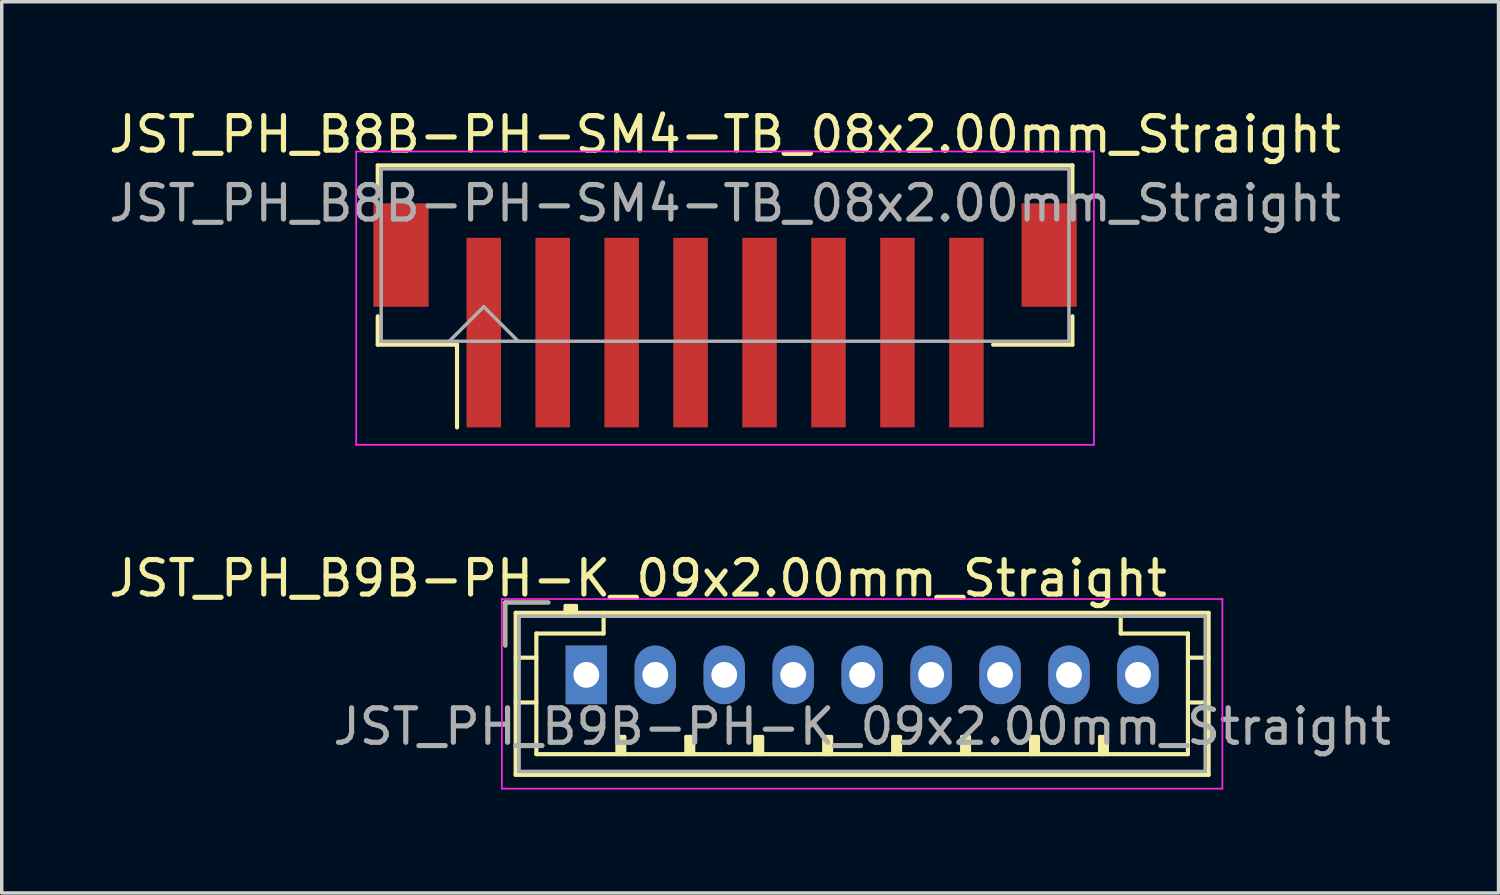
<source format=kicad_pcb>
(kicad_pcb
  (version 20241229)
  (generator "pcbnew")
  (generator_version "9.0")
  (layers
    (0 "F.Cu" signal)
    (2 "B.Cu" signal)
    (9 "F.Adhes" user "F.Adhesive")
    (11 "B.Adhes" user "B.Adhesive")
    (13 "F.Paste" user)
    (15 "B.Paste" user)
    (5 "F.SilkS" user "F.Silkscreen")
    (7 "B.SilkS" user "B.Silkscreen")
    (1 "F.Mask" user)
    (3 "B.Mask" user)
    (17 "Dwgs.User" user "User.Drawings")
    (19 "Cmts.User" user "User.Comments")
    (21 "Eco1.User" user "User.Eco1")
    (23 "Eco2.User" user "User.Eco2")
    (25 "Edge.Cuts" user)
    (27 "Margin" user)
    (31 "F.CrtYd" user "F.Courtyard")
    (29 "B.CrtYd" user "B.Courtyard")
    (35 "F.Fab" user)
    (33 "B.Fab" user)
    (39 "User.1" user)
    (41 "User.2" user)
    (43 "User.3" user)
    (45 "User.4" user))
  (footprint "JST_PH_B8B-PH-SM4-TB_08x2.00mm_Straight"
    (layer "F.Cu")
    (at 17.982 5.473)
    (property "Reference" "JST_PH_B8B-PH-SM4-TB_08x2.00mm_Straight" (at 0 -4.625 0) (layer "F.SilkS") (effects (font (size 1 1) (thickness 0.15))))
    (attr smd)
    (fp_line (start -10.075 -3.725) (end 10.075 -3.725) (stroke (width 0.12) (type solid)) (layer "F.SilkS"))
    (fp_line (start -10.075 -2.9) (end -10.075 -3.725) (stroke (width 0.12) (type solid)) (layer "F.SilkS"))
    (fp_line (start -10.075 0.65) (end -10.075 1.475) (stroke (width 0.12) (type solid)) (layer "F.SilkS"))
    (fp_line (start -10.075 1.475) (end -7.775 1.475) (stroke (width 0.12) (type solid)) (layer "F.SilkS"))
    (fp_line (start -7.775 1.475) (end -7.775 3.875) (stroke (width 0.12) (type solid)) (layer "F.SilkS"))
    (fp_line (start 10.075 -3.725) (end 10.075 -2.9) (stroke (width 0.12) (type solid)) (layer "F.SilkS"))
    (fp_line (start 10.075 0.65) (end 10.075 1.475) (stroke (width 0.12) (type solid)) (layer "F.SilkS"))
    (fp_line (start 10.075 1.475) (end 7.775 1.475) (stroke (width 0.12) (type solid)) (layer "F.SilkS"))
    (fp_line (start -10.7 -4.13) (end -10.7 4.38) (stroke (width 0.05) (type solid)) (layer "F.CrtYd"))
    (fp_line (start -10.7 4.38) (end 10.7 4.38) (stroke (width 0.05) (type solid)) (layer "F.CrtYd"))
    (fp_line (start 10.7 -4.13) (end -10.7 -4.13) (stroke (width 0.05) (type solid)) (layer "F.CrtYd"))
    (fp_line (start 10.7 4.38) (end 10.7 -4.13) (stroke (width 0.05) (type solid)) (layer "F.CrtYd"))
    (fp_line (start -9.975 -3.625) (end -9.975 1.375) (stroke (width 0.1) (type solid)) (layer "F.Fab"))
    (fp_line (start -9.975 1.375) (end 9.975 1.375) (stroke (width 0.1) (type solid)) (layer "F.Fab"))
    (fp_line (start -8 1.375) (end -7 0.375) (stroke (width 0.1) (type solid)) (layer "F.Fab"))
    (fp_line (start -7 0.375) (end -6 1.375) (stroke (width 0.1) (type solid)) (layer "F.Fab"))
    (fp_line (start 9.975 -3.625) (end -9.975 -3.625) (stroke (width 0.1) (type solid)) (layer "F.Fab"))
    (fp_line (start 9.975 1.375) (end 9.975 -3.625) (stroke (width 0.1) (type solid)) (layer "F.Fab"))
    (fp_text user "${REFERENCE}" (at 0 -2.625 0) (layer "F.Fab") (effects (font (size 1 1) (thickness 0.15))))
    (pad "" smd rect (at -9.4 -1.125) (size 1.6 3) (layers "F.Cu" "F.Mask" "F.Paste"))
    (pad "" smd rect (at 9.4 -1.125) (size 1.6 3) (layers "F.Cu" "F.Mask" "F.Paste"))
    (pad "1" smd rect (at -7 1.125) (size 1 5.5) (layers "F.Cu" "F.Mask" "F.Paste"))
    (pad "2" smd rect (at -5 1.125) (size 1 5.5) (layers "F.Cu" "F.Mask" "F.Paste"))
    (pad "3" smd rect (at -3 1.125) (size 1 5.5) (layers "F.Cu" "F.Mask" "F.Paste"))
    (pad "4" smd rect (at -1 1.125) (size 1 5.5) (layers "F.Cu" "F.Mask" "F.Paste"))
    (pad "5" smd rect (at 1 1.125) (size 1 5.5) (layers "F.Cu" "F.Mask" "F.Paste"))
    (pad "6" smd rect (at 3 1.125) (size 1 5.5) (layers "F.Cu" "F.Mask" "F.Paste"))
    (pad "7" smd rect (at 5 1.125) (size 1 5.5) (layers "F.Cu" "F.Mask" "F.Paste"))
    (pad "8" smd rect (at 7 1.125) (size 1 5.5) (layers "F.Cu" "F.Mask" "F.Paste")))
  (footprint "JST_PH_B9B-PH-K_09x2.00mm_Straight"
    (layer "F.Cu")
    (at 13.958 16.526)
    (property "Reference" "JST_PH_B9B-PH-K_09x2.00mm_Straight" (at 1.5 -2.8 0) (layer "F.SilkS") (effects (font (size 1 1) (thickness 0.15))))
    (attr through_hole)
    (fp_line (start -2.35 -2.1) (end -2.35 -0.85) (stroke (width 0.12) (type solid)) (layer "F.SilkS"))
    (fp_line (start -2.05 -1.8) (end -2.05 2.9) (stroke (width 0.12) (type solid)) (layer "F.SilkS"))
    (fp_line (start -2.05 -0.5) (end -1.45 -0.5) (stroke (width 0.12) (type solid)) (layer "F.SilkS"))
    (fp_line (start -2.05 0.8) (end -1.45 0.8) (stroke (width 0.12) (type solid)) (layer "F.SilkS"))
    (fp_line (start -2.05 2.9) (end 18.05 2.9) (stroke (width 0.12) (type solid)) (layer "F.SilkS"))
    (fp_line (start -1.45 -1.2) (end -1.45 2.3) (stroke (width 0.12) (type solid)) (layer "F.SilkS"))
    (fp_line (start -1.45 2.3) (end 17.45 2.3) (stroke (width 0.12) (type solid)) (layer "F.SilkS"))
    (fp_line (start -1.1 -2.1) (end -2.35 -2.1) (stroke (width 0.12) (type solid)) (layer "F.SilkS"))
    (fp_line (start -0.6 -2) (end -0.6 -1.8) (stroke (width 0.12) (type solid)) (layer "F.SilkS"))
    (fp_line (start -0.3 -2) (end -0.6 -2) (stroke (width 0.12) (type solid)) (layer "F.SilkS"))
    (fp_line (start -0.3 -1.9) (end -0.6 -1.9) (stroke (width 0.12) (type solid)) (layer "F.SilkS"))
    (fp_line (start -0.3 -1.8) (end -0.3 -2) (stroke (width 0.12) (type solid)) (layer "F.SilkS"))
    (fp_line (start 0.5 -1.8) (end 0.5 -1.2) (stroke (width 0.12) (type solid)) (layer "F.SilkS"))
    (fp_line (start 0.5 -1.2) (end -1.45 -1.2) (stroke (width 0.12) (type solid)) (layer "F.SilkS"))
    (fp_line (start 0.9 1.8) (end 1.1 1.8) (stroke (width 0.12) (type solid)) (layer "F.SilkS"))
    (fp_line (start 0.9 2.3) (end 0.9 1.8) (stroke (width 0.12) (type solid)) (layer "F.SilkS"))
    (fp_line (start 1 2.3) (end 1 1.8) (stroke (width 0.12) (type solid)) (layer "F.SilkS"))
    (fp_line (start 1.1 1.8) (end 1.1 2.3) (stroke (width 0.12) (type solid)) (layer "F.SilkS"))
    (fp_line (start 2.9 1.8) (end 3.1 1.8) (stroke (width 0.12) (type solid)) (layer "F.SilkS"))
    (fp_line (start 2.9 2.3) (end 2.9 1.8) (stroke (width 0.12) (type solid)) (layer "F.SilkS"))
    (fp_line (start 3 2.3) (end 3 1.8) (stroke (width 0.12) (type solid)) (layer "F.SilkS"))
    (fp_line (start 3.1 1.8) (end 3.1 2.3) (stroke (width 0.12) (type solid)) (layer "F.SilkS"))
    (fp_line (start 4.9 1.8) (end 5.1 1.8) (stroke (width 0.12) (type solid)) (layer "F.SilkS"))
    (fp_line (start 4.9 2.3) (end 4.9 1.8) (stroke (width 0.12) (type solid)) (layer "F.SilkS"))
    (fp_line (start 5 2.3) (end 5 1.8) (stroke (width 0.12) (type solid)) (layer "F.SilkS"))
    (fp_line (start 5.1 1.8) (end 5.1 2.3) (stroke (width 0.12) (type solid)) (layer "F.SilkS"))
    (fp_line (start 6.9 1.8) (end 7.1 1.8) (stroke (width 0.12) (type solid)) (layer "F.SilkS"))
    (fp_line (start 6.9 2.3) (end 6.9 1.8) (stroke (width 0.12) (type solid)) (layer "F.SilkS"))
    (fp_line (start 7 2.3) (end 7 1.8) (stroke (width 0.12) (type solid)) (layer "F.SilkS"))
    (fp_line (start 7.1 1.8) (end 7.1 2.3) (stroke (width 0.12) (type solid)) (layer "F.SilkS"))
    (fp_line (start 8.9 1.8) (end 9.1 1.8) (stroke (width 0.12) (type solid)) (layer "F.SilkS"))
    (fp_line (start 8.9 2.3) (end 8.9 1.8) (stroke (width 0.12) (type solid)) (layer "F.SilkS"))
    (fp_line (start 9 2.3) (end 9 1.8) (stroke (width 0.12) (type solid)) (layer "F.SilkS"))
    (fp_line (start 9.1 1.8) (end 9.1 2.3) (stroke (width 0.12) (type solid)) (layer "F.SilkS"))
    (fp_line (start 10.9 1.8) (end 11.1 1.8) (stroke (width 0.12) (type solid)) (layer "F.SilkS"))
    (fp_line (start 10.9 2.3) (end 10.9 1.8) (stroke (width 0.12) (type solid)) (layer "F.SilkS"))
    (fp_line (start 11 2.3) (end 11 1.8) (stroke (width 0.12) (type solid)) (layer "F.SilkS"))
    (fp_line (start 11.1 1.8) (end 11.1 2.3) (stroke (width 0.12) (type solid)) (layer "F.SilkS"))
    (fp_line (start 12.9 1.8) (end 13.1 1.8) (stroke (width 0.12) (type solid)) (layer "F.SilkS"))
    (fp_line (start 12.9 2.3) (end 12.9 1.8) (stroke (width 0.12) (type solid)) (layer "F.SilkS"))
    (fp_line (start 13 2.3) (end 13 1.8) (stroke (width 0.12) (type solid)) (layer "F.SilkS"))
    (fp_line (start 13.1 1.8) (end 13.1 2.3) (stroke (width 0.12) (type solid)) (layer "F.SilkS"))
    (fp_line (start 14.9 1.8) (end 15.1 1.8) (stroke (width 0.12) (type solid)) (layer "F.SilkS"))
    (fp_line (start 14.9 2.3) (end 14.9 1.8) (stroke (width 0.12) (type solid)) (layer "F.SilkS"))
    (fp_line (start 15 2.3) (end 15 1.8) (stroke (width 0.12) (type solid)) (layer "F.SilkS"))
    (fp_line (start 15.1 1.8) (end 15.1 2.3) (stroke (width 0.12) (type solid)) (layer "F.SilkS"))
    (fp_line (start 15.5 -1.2) (end 15.5 -1.8) (stroke (width 0.12) (type solid)) (layer "F.SilkS"))
    (fp_line (start 17.45 -1.2) (end 15.5 -1.2) (stroke (width 0.12) (type solid)) (layer "F.SilkS"))
    (fp_line (start 17.45 2.3) (end 17.45 -1.2) (stroke (width 0.12) (type solid)) (layer "F.SilkS"))
    (fp_line (start 18.05 -1.8) (end -2.05 -1.8) (stroke (width 0.12) (type solid)) (layer "F.SilkS"))
    (fp_line (start 18.05 -0.5) (end 17.45 -0.5) (stroke (width 0.12) (type solid)) (layer "F.SilkS"))
    (fp_line (start 18.05 0.8) (end 17.45 0.8) (stroke (width 0.12) (type solid)) (layer "F.SilkS"))
    (fp_line (start 18.05 2.9) (end 18.05 -1.8) (stroke (width 0.12) (type solid)) (layer "F.SilkS"))
    (fp_line (start -2.45 -2.2) (end -2.45 3.3) (stroke (width 0.05) (type solid)) (layer "F.CrtYd"))
    (fp_line (start -2.45 3.3) (end 18.45 3.3) (stroke (width 0.05) (type solid)) (layer "F.CrtYd"))
    (fp_line (start 18.45 -2.2) (end -2.45 -2.2) (stroke (width 0.05) (type solid)) (layer "F.CrtYd"))
    (fp_line (start 18.45 3.3) (end 18.45 -2.2) (stroke (width 0.05) (type solid)) (layer "F.CrtYd"))
    (fp_line (start -2.35 -2.1) (end -2.35 -0.85) (stroke (width 0.1) (type solid)) (layer "F.Fab"))
    (fp_line (start -1.95 -1.7) (end -1.95 2.8) (stroke (width 0.1) (type solid)) (layer "F.Fab"))
    (fp_line (start -1.95 2.8) (end 17.95 2.8) (stroke (width 0.1) (type solid)) (layer "F.Fab"))
    (fp_line (start -1.1 -2.1) (end -2.35 -2.1) (stroke (width 0.1) (type solid)) (layer "F.Fab"))
    (fp_line (start 17.95 -1.7) (end -1.95 -1.7) (stroke (width 0.1) (type solid)) (layer "F.Fab"))
    (fp_line (start 17.95 2.8) (end 17.95 -1.7) (stroke (width 0.1) (type solid)) (layer "F.Fab"))
    (fp_text user "${REFERENCE}" (at 8 1.5 0) (layer "F.Fab") (effects (font (size 1 1) (thickness 0.15))))
    (pad "1" thru_hole rect (at 0 0) (size 1.2 1.7) (drill 0.75) (layers "*.Cu" "*.Mask"))
    (pad "2" thru_hole oval (at 2 0) (size 1.2 1.7) (drill 0.75) (layers "*.Cu" "*.Mask"))
    (pad "3" thru_hole oval (at 4 0) (size 1.2 1.7) (drill 0.75) (layers "*.Cu" "*.Mask"))
    (pad "4" thru_hole oval (at 6 0) (size 1.2 1.7) (drill 0.75) (layers "*.Cu" "*.Mask"))
    (pad "5" thru_hole oval (at 8 0) (size 1.2 1.7) (drill 0.75) (layers "*.Cu" "*.Mask"))
    (pad "6" thru_hole oval (at 10 0) (size 1.2 1.7) (drill 0.75) (layers "*.Cu" "*.Mask"))
    (pad "7" thru_hole oval (at 12 0) (size 1.2 1.7) (drill 0.75) (layers "*.Cu" "*.Mask"))
    (pad "8" thru_hole oval (at 14 0) (size 1.2 1.7) (drill 0.75) (layers "*.Cu" "*.Mask"))
    (pad "9" thru_hole oval (at 16 0) (size 1.2 1.7) (drill 0.75) (layers "*.Cu" "*.Mask")))
  (gr_rect
    (start -3 -3)
    (end 40.417 22.852)
    (stroke (width 0.1) (type default))
    (fill no)
    (layer "Edge.Cuts")))
</source>
